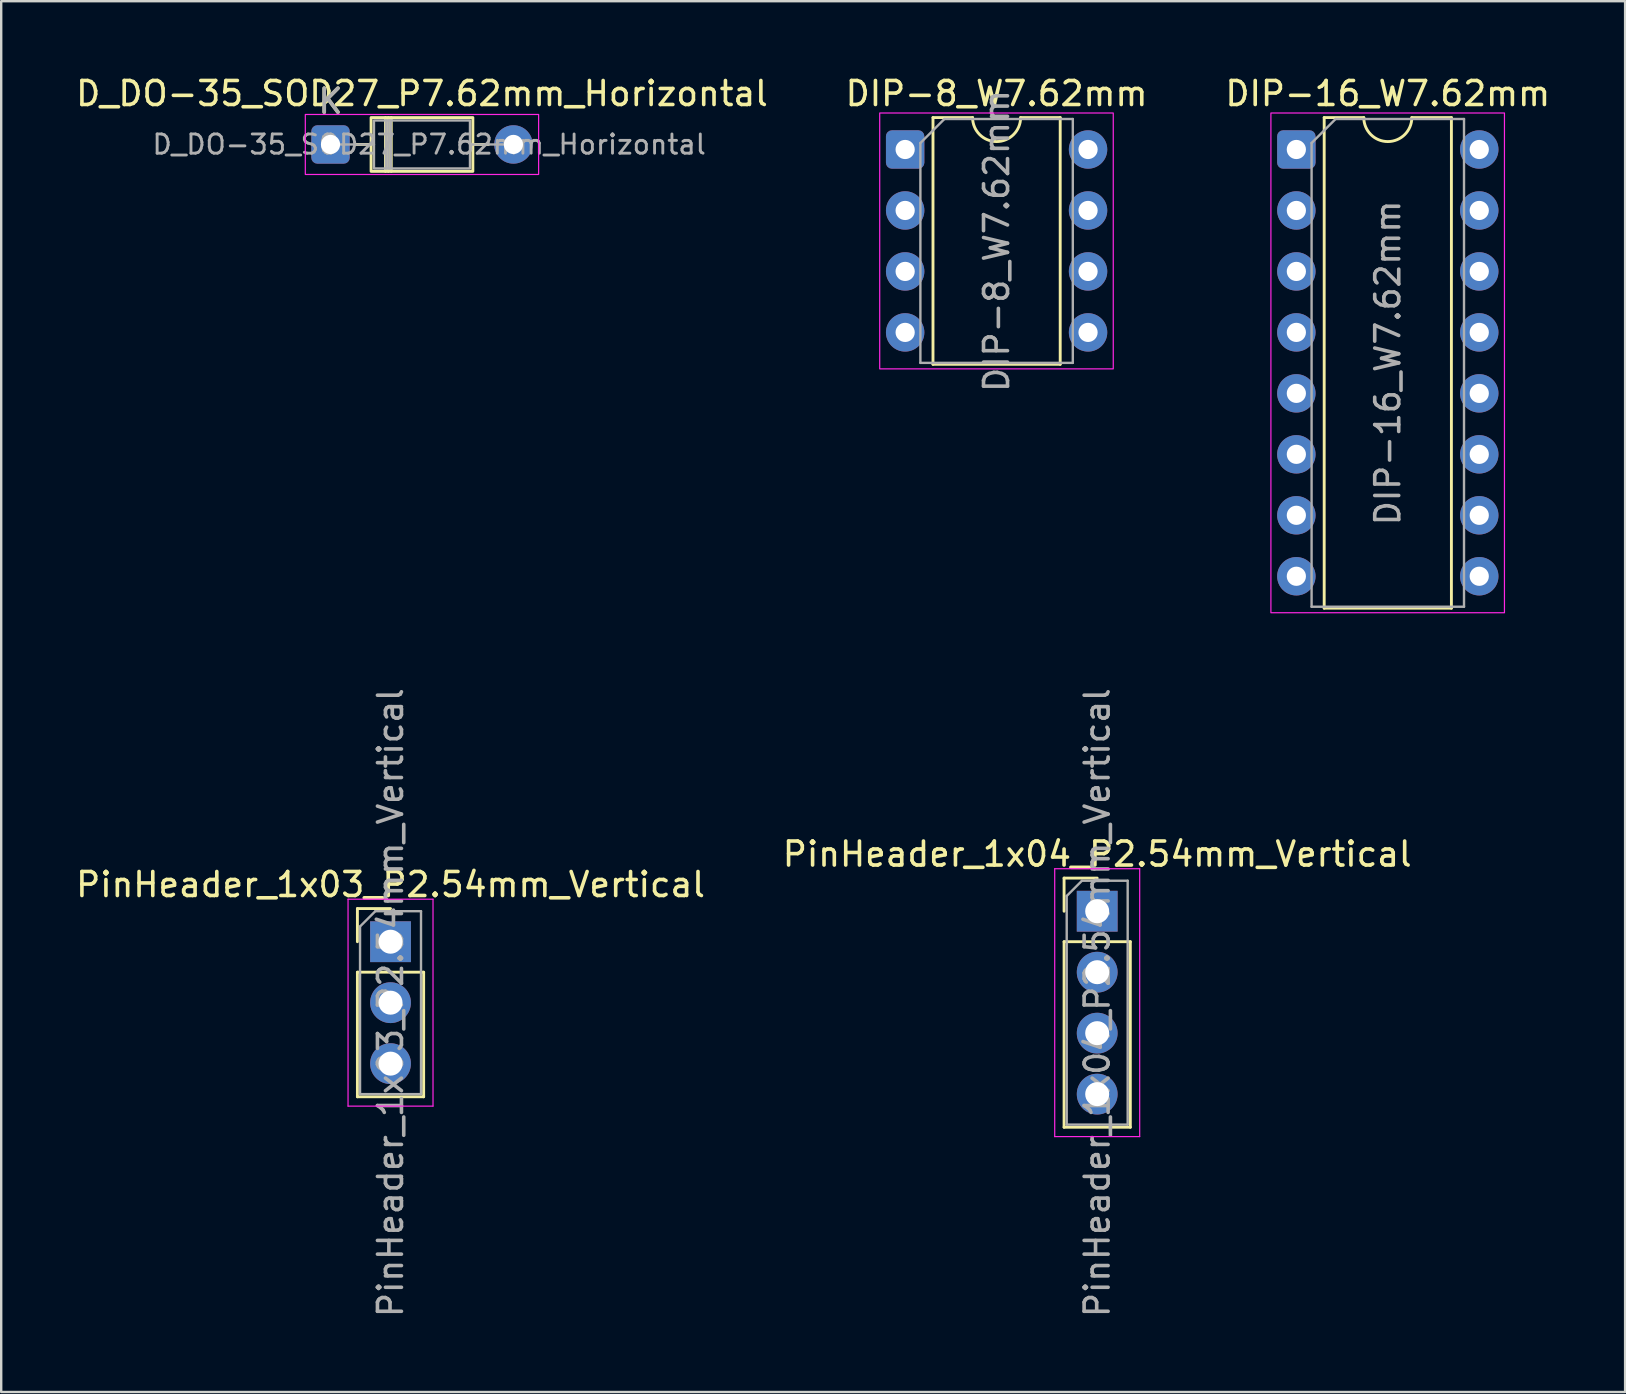
<source format=kicad_pcb>
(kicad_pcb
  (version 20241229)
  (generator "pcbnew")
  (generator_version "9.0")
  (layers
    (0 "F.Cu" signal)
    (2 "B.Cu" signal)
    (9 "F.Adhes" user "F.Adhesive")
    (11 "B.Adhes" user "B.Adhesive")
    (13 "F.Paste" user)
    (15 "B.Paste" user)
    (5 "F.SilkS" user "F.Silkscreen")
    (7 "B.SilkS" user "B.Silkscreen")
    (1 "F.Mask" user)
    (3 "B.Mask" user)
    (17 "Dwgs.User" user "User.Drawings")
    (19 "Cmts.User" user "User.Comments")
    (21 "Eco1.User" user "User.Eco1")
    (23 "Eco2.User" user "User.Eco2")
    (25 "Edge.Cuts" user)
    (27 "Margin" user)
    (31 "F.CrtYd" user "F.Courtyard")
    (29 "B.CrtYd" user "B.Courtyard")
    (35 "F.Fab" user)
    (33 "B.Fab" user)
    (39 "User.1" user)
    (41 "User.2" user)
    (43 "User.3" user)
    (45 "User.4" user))
  (footprint "DIP-8_W7.62mm"
    (layer "F.Cu")
    (at 34.66 3.178)
    (property "Reference" "DIP-8_W7.62mm" (at 3.81 -2.33 0) (layer "F.SilkS") (effects (font (size 1 1) (thickness 0.15))))
    (attr through_hole)
    (fp_line (start 1.16 -1.33) (end 1.16 8.95) (stroke (width 0.12) (type solid)) (layer "F.SilkS"))
    (fp_line (start 1.16 8.95) (end 6.46 8.95) (stroke (width 0.12) (type solid)) (layer "F.SilkS"))
    (fp_line (start 2.81 -1.33) (end 1.16 -1.33) (stroke (width 0.12) (type solid)) (layer "F.SilkS"))
    (fp_line (start 6.46 -1.33) (end 4.81 -1.33) (stroke (width 0.12) (type solid)) (layer "F.SilkS"))
    (fp_line (start 6.46 8.95) (end 6.46 -1.33) (stroke (width 0.12) (type solid)) (layer "F.SilkS"))
    (fp_arc (start 4.81 -1.33) (mid 3.81 -0.33) (end 2.81 -1.33) (stroke (width 0.12) (type solid)) (layer "F.SilkS"))
    (fp_rect (start -1.06 -1.52) (end 8.67 9.14) (stroke (width 0.05) (type solid)) (fill no) (layer "F.CrtYd"))
    (fp_line (start 0.635 -0.27) (end 1.635 -1.27) (stroke (width 0.1) (type solid)) (layer "F.Fab"))
    (fp_line (start 0.635 8.89) (end 0.635 -0.27) (stroke (width 0.1) (type solid)) (layer "F.Fab"))
    (fp_line (start 1.635 -1.27) (end 6.985 -1.27) (stroke (width 0.1) (type solid)) (layer "F.Fab"))
    (fp_line (start 6.985 -1.27) (end 6.985 8.89) (stroke (width 0.1) (type solid)) (layer "F.Fab"))
    (fp_line (start 6.985 8.89) (end 0.635 8.89) (stroke (width 0.1) (type solid)) (layer "F.Fab"))
    (fp_text user "${REFERENCE}" (at 3.81 3.81 90) (layer "F.Fab") (effects (font (size 1 1) (thickness 0.15))))
    (pad "1" thru_hole roundrect (at 0 0) (size 1.6 1.6) (drill 0.8) (layers "*.Cu" "*.Mask") (roundrect_rratio 0.156))
    (pad "2" thru_hole circle (at 0 2.54) (size 1.6 1.6) (drill 0.8) (layers "*.Cu" "*.Mask"))
    (pad "3" thru_hole circle (at 0 5.08) (size 1.6 1.6) (drill 0.8) (layers "*.Cu" "*.Mask"))
    (pad "4" thru_hole circle (at 0 7.62) (size 1.6 1.6) (drill 0.8) (layers "*.Cu" "*.Mask"))
    (pad "5" thru_hole circle (at 7.62 7.62) (size 1.6 1.6) (drill 0.8) (layers "*.Cu" "*.Mask"))
    (pad "6" thru_hole circle (at 7.62 5.08) (size 1.6 1.6) (drill 0.8) (layers "*.Cu" "*.Mask"))
    (pad "7" thru_hole circle (at 7.62 2.54) (size 1.6 1.6) (drill 0.8) (layers "*.Cu" "*.Mask"))
    (pad "8" thru_hole circle (at 7.62 0) (size 1.6 1.6) (drill 0.8) (layers "*.Cu" "*.Mask")))
  (footprint "DIP-16_W7.62mm"
    (layer "F.Cu")
    (at 50.958 3.178)
    (property "Reference" "DIP-16_W7.62mm" (at 3.81 -2.33 0) (layer "F.SilkS") (effects (font (size 1 1) (thickness 0.15))))
    (attr through_hole)
    (fp_line (start 1.16 -1.33) (end 1.16 19.11) (stroke (width 0.12) (type solid)) (layer "F.SilkS"))
    (fp_line (start 1.16 19.11) (end 6.46 19.11) (stroke (width 0.12) (type solid)) (layer "F.SilkS"))
    (fp_line (start 2.81 -1.33) (end 1.16 -1.33) (stroke (width 0.12) (type solid)) (layer "F.SilkS"))
    (fp_line (start 6.46 -1.33) (end 4.81 -1.33) (stroke (width 0.12) (type solid)) (layer "F.SilkS"))
    (fp_line (start 6.46 19.11) (end 6.46 -1.33) (stroke (width 0.12) (type solid)) (layer "F.SilkS"))
    (fp_arc (start 4.81 -1.33) (mid 3.81 -0.33) (end 2.81 -1.33) (stroke (width 0.12) (type solid)) (layer "F.SilkS"))
    (fp_rect (start -1.06 -1.52) (end 8.67 19.3) (stroke (width 0.05) (type solid)) (fill no) (layer "F.CrtYd"))
    (fp_line (start 0.635 -0.27) (end 1.635 -1.27) (stroke (width 0.1) (type solid)) (layer "F.Fab"))
    (fp_line (start 0.635 19.05) (end 0.635 -0.27) (stroke (width 0.1) (type solid)) (layer "F.Fab"))
    (fp_line (start 1.635 -1.27) (end 6.985 -1.27) (stroke (width 0.1) (type solid)) (layer "F.Fab"))
    (fp_line (start 6.985 -1.27) (end 6.985 19.05) (stroke (width 0.1) (type solid)) (layer "F.Fab"))
    (fp_line (start 6.985 19.05) (end 0.635 19.05) (stroke (width 0.1) (type solid)) (layer "F.Fab"))
    (fp_text user "${REFERENCE}" (at 3.81 8.89 90) (layer "F.Fab") (effects (font (size 1 1) (thickness 0.15))))
    (pad "1" thru_hole roundrect (at 0 0) (size 1.6 1.6) (drill 0.8) (layers "*.Cu" "*.Mask") (roundrect_rratio 0.156))
    (pad "2" thru_hole circle (at 0 2.54) (size 1.6 1.6) (drill 0.8) (layers "*.Cu" "*.Mask"))
    (pad "3" thru_hole circle (at 0 5.08) (size 1.6 1.6) (drill 0.8) (layers "*.Cu" "*.Mask"))
    (pad "4" thru_hole circle (at 0 7.62) (size 1.6 1.6) (drill 0.8) (layers "*.Cu" "*.Mask"))
    (pad "5" thru_hole circle (at 0 10.16) (size 1.6 1.6) (drill 0.8) (layers "*.Cu" "*.Mask"))
    (pad "6" thru_hole circle (at 0 12.7) (size 1.6 1.6) (drill 0.8) (layers "*.Cu" "*.Mask"))
    (pad "7" thru_hole circle (at 0 15.24) (size 1.6 1.6) (drill 0.8) (layers "*.Cu" "*.Mask"))
    (pad "8" thru_hole circle (at 0 17.78) (size 1.6 1.6) (drill 0.8) (layers "*.Cu" "*.Mask"))
    (pad "9" thru_hole circle (at 7.62 17.78) (size 1.6 1.6) (drill 0.8) (layers "*.Cu" "*.Mask"))
    (pad "10" thru_hole circle (at 7.62 15.24) (size 1.6 1.6) (drill 0.8) (layers "*.Cu" "*.Mask"))
    (pad "11" thru_hole circle (at 7.62 12.7) (size 1.6 1.6) (drill 0.8) (layers "*.Cu" "*.Mask"))
    (pad "12" thru_hole circle (at 7.62 10.16) (size 1.6 1.6) (drill 0.8) (layers "*.Cu" "*.Mask"))
    (pad "13" thru_hole circle (at 7.62 7.62) (size 1.6 1.6) (drill 0.8) (layers "*.Cu" "*.Mask"))
    (pad "14" thru_hole circle (at 7.62 5.08) (size 1.6 1.6) (drill 0.8) (layers "*.Cu" "*.Mask"))
    (pad "15" thru_hole circle (at 7.62 2.54) (size 1.6 1.6) (drill 0.8) (layers "*.Cu" "*.Mask"))
    (pad "16" thru_hole circle (at 7.62 0) (size 1.6 1.6) (drill 0.8) (layers "*.Cu" "*.Mask")))
  (footprint "PinHeader_1x04_P2.54mm_Vertical"
    (layer "F.Cu")
    (at 42.661 34.913)
    (property "Reference" "PinHeader_1x04_P2.54mm_Vertical" (at 0 -2.38 0) (layer "F.SilkS") (effects (font (size 1 1) (thickness 0.15))))
    (attr through_hole)
    (fp_line (start -1.38 -1.38) (end 0 -1.38) (stroke (width 0.12) (type solid)) (layer "F.SilkS"))
    (fp_line (start -1.38 0) (end -1.38 -1.38) (stroke (width 0.12) (type solid)) (layer "F.SilkS"))
    (fp_line (start -1.38 1.27) (end -1.38 9) (stroke (width 0.12) (type solid)) (layer "F.SilkS"))
    (fp_line (start -1.38 1.27) (end 1.38 1.27) (stroke (width 0.12) (type solid)) (layer "F.SilkS"))
    (fp_line (start -1.38 9) (end 1.38 9) (stroke (width 0.12) (type solid)) (layer "F.SilkS"))
    (fp_line (start 1.38 1.27) (end 1.38 9) (stroke (width 0.12) (type solid)) (layer "F.SilkS"))
    (fp_line (start -1.77 -1.77) (end -1.77 9.39) (stroke (width 0.05) (type solid)) (layer "F.CrtYd"))
    (fp_line (start -1.77 9.39) (end 1.77 9.39) (stroke (width 0.05) (type solid)) (layer "F.CrtYd"))
    (fp_line (start 1.77 -1.77) (end -1.77 -1.77) (stroke (width 0.05) (type solid)) (layer "F.CrtYd"))
    (fp_line (start 1.77 9.39) (end 1.77 -1.77) (stroke (width 0.05) (type solid)) (layer "F.CrtYd"))
    (fp_line (start -1.27 -0.635) (end -0.635 -1.27) (stroke (width 0.1) (type solid)) (layer "F.Fab"))
    (fp_line (start -1.27 8.89) (end -1.27 -0.635) (stroke (width 0.1) (type solid)) (layer "F.Fab"))
    (fp_line (start -0.635 -1.27) (end 1.27 -1.27) (stroke (width 0.1) (type solid)) (layer "F.Fab"))
    (fp_line (start 1.27 -1.27) (end 1.27 8.89) (stroke (width 0.1) (type solid)) (layer "F.Fab"))
    (fp_line (start 1.27 8.89) (end -1.27 8.89) (stroke (width 0.1) (type solid)) (layer "F.Fab"))
    (fp_text user "${REFERENCE}" (at 0 3.81 90) (layer "F.Fab") (effects (font (size 1 1) (thickness 0.15))))
    (pad "1" thru_hole rect (at 0 0) (size 1.7 1.7) (drill 1) (layers "*.Cu" "*.Mask"))
    (pad "2" thru_hole circle (at 0 2.54) (size 1.7 1.7) (drill 1) (layers "*.Cu" "*.Mask"))
    (pad "3" thru_hole circle (at 0 5.08) (size 1.7 1.7) (drill 1) (layers "*.Cu" "*.Mask"))
    (pad "4" thru_hole circle (at 0 7.62) (size 1.7 1.7) (drill 1) (layers "*.Cu" "*.Mask")))
  (footprint "PinHeader_1x03_P2.54mm_Vertical"
    (layer "F.Cu")
    (at 13.22 36.183)
    (property "Reference" "PinHeader_1x03_P2.54mm_Vertical" (at 0 -2.38 0) (layer "F.SilkS") (effects (font (size 1 1) (thickness 0.15))))
    (attr through_hole)
    (fp_line (start -1.38 -1.38) (end 0 -1.38) (stroke (width 0.12) (type solid)) (layer "F.SilkS"))
    (fp_line (start -1.38 0) (end -1.38 -1.38) (stroke (width 0.12) (type solid)) (layer "F.SilkS"))
    (fp_line (start -1.38 1.27) (end -1.38 6.46) (stroke (width 0.12) (type solid)) (layer "F.SilkS"))
    (fp_line (start -1.38 1.27) (end 1.38 1.27) (stroke (width 0.12) (type solid)) (layer "F.SilkS"))
    (fp_line (start -1.38 6.46) (end 1.38 6.46) (stroke (width 0.12) (type solid)) (layer "F.SilkS"))
    (fp_line (start 1.38 1.27) (end 1.38 6.46) (stroke (width 0.12) (type solid)) (layer "F.SilkS"))
    (fp_line (start -1.77 -1.77) (end -1.77 6.85) (stroke (width 0.05) (type solid)) (layer "F.CrtYd"))
    (fp_line (start -1.77 6.85) (end 1.77 6.85) (stroke (width 0.05) (type solid)) (layer "F.CrtYd"))
    (fp_line (start 1.77 -1.77) (end -1.77 -1.77) (stroke (width 0.05) (type solid)) (layer "F.CrtYd"))
    (fp_line (start 1.77 6.85) (end 1.77 -1.77) (stroke (width 0.05) (type solid)) (layer "F.CrtYd"))
    (fp_line (start -1.27 -0.635) (end -0.635 -1.27) (stroke (width 0.1) (type solid)) (layer "F.Fab"))
    (fp_line (start -1.27 6.35) (end -1.27 -0.635) (stroke (width 0.1) (type solid)) (layer "F.Fab"))
    (fp_line (start -0.635 -1.27) (end 1.27 -1.27) (stroke (width 0.1) (type solid)) (layer "F.Fab"))
    (fp_line (start 1.27 -1.27) (end 1.27 6.35) (stroke (width 0.1) (type solid)) (layer "F.Fab"))
    (fp_line (start 1.27 6.35) (end -1.27 6.35) (stroke (width 0.1) (type solid)) (layer "F.Fab"))
    (fp_text user "${REFERENCE}" (at 0 2.54 90) (layer "F.Fab") (effects (font (size 1 1) (thickness 0.15))))
    (pad "1" thru_hole rect (at 0 0) (size 1.7 1.7) (drill 1) (layers "*.Cu" "*.Mask"))
    (pad "2" thru_hole circle (at 0 2.54) (size 1.7 1.7) (drill 1) (layers "*.Cu" "*.Mask"))
    (pad "3" thru_hole circle (at 0 5.08) (size 1.7 1.7) (drill 1) (layers "*.Cu" "*.Mask")))
  (footprint "D_DO-35_SOD27_P7.62mm_Horizontal"
    (layer "F.Cu")
    (at 10.72 2.968)
    (property "Reference" "D_DO-35_SOD27_P7.62mm_Horizontal" (at 3.81 -2.12 0) (layer "F.SilkS") (effects (font (size 1 1) (thickness 0.15))))
    (attr through_hole)
    (fp_line (start 1.04 0) (end 1.69 0) (stroke (width 0.12) (type solid)) (layer "F.SilkS"))
    (fp_line (start 2.29 -1.12) (end 2.29 1.12) (stroke (width 0.12) (type solid)) (layer "F.SilkS"))
    (fp_line (start 2.41 -1.12) (end 2.41 1.12) (stroke (width 0.12) (type solid)) (layer "F.SilkS"))
    (fp_line (start 2.53 -1.12) (end 2.53 1.12) (stroke (width 0.12) (type solid)) (layer "F.SilkS"))
    (fp_line (start 6.58 0) (end 5.93 0) (stroke (width 0.12) (type solid)) (layer "F.SilkS"))
    (fp_rect (start 1.69 -1.12) (end 5.93 1.12) (stroke (width 0.12) (type solid)) (fill no) (layer "F.SilkS"))
    (fp_rect (start -1.05 -1.25) (end 8.67 1.25) (stroke (width 0.05) (type solid)) (fill no) (layer "F.CrtYd"))
    (fp_line (start 0 0) (end 1.81 0) (stroke (width 0.1) (type solid)) (layer "F.Fab"))
    (fp_line (start 2.31 -1) (end 2.31 1) (stroke (width 0.1) (type solid)) (layer "F.Fab"))
    (fp_line (start 2.41 -1) (end 2.41 1) (stroke (width 0.1) (type solid)) (layer "F.Fab"))
    (fp_line (start 2.51 -1) (end 2.51 1) (stroke (width 0.1) (type solid)) (layer "F.Fab"))
    (fp_line (start 7.62 0) (end 5.81 0) (stroke (width 0.1) (type solid)) (layer "F.Fab"))
    (fp_rect (start 1.81 -1) (end 5.81 1) (stroke (width 0.1) (type solid)) (fill no) (layer "F.Fab"))
    (fp_text user "K" (at 0 -1.8 0) (layer "F.SilkS") (effects (font (size 1 1) (thickness 0.15))))
    (fp_text user "${REFERENCE}" (at 4.11 0 0) (layer "F.Fab") (effects (font (size 0.8 0.8) (thickness 0.12))))
    (fp_text user "K" (at 0 -1.8 0) (layer "F.Fab") (effects (font (size 1 1) (thickness 0.15))))
    (pad "1" thru_hole roundrect (at 0 0) (size 1.6 1.6) (drill 0.8) (layers "*.Cu" "*.Mask") (roundrect_rratio 0.156))
    (pad "2" thru_hole circle (at 7.62 0) (size 1.6 1.6) (drill 0.8) (layers "*.Cu" "*.Mask")))
  (gr_rect
    (start -3 -3)
    (end 64.655 54.944)
    (stroke (width 0.1) (type default))
    (fill no)
    (layer "Edge.Cuts")))
</source>
